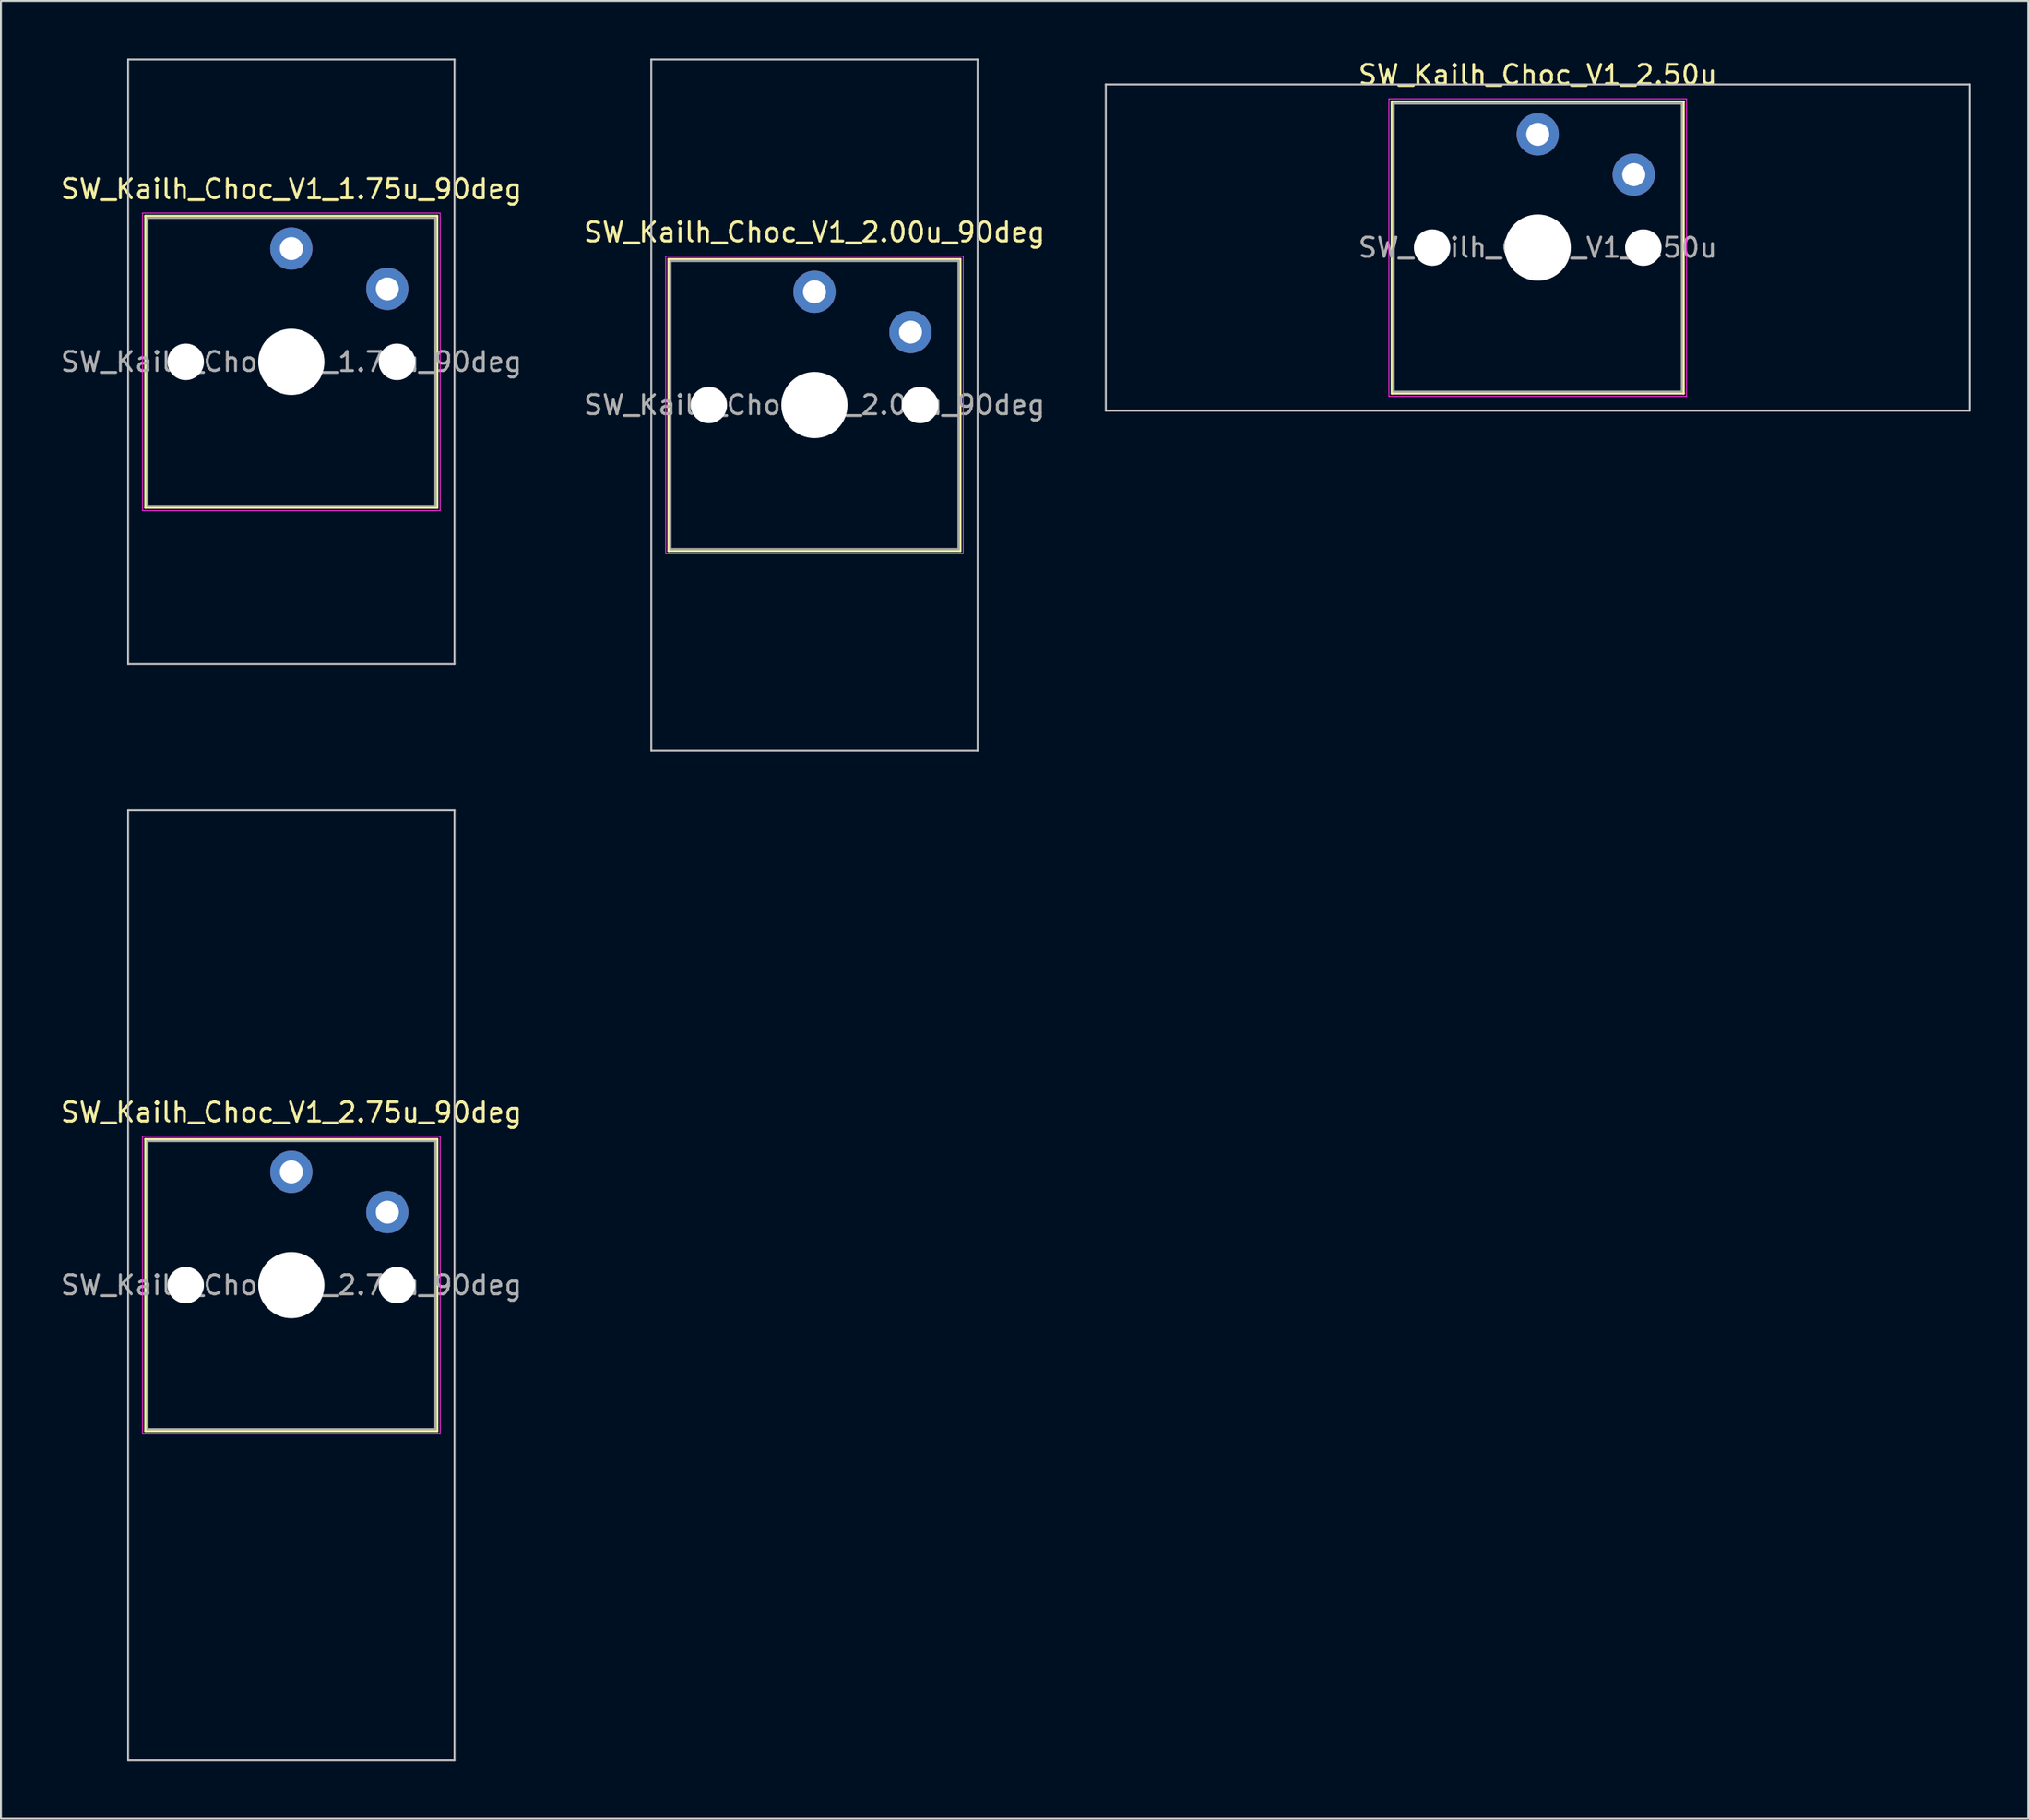
<source format=kicad_pcb>
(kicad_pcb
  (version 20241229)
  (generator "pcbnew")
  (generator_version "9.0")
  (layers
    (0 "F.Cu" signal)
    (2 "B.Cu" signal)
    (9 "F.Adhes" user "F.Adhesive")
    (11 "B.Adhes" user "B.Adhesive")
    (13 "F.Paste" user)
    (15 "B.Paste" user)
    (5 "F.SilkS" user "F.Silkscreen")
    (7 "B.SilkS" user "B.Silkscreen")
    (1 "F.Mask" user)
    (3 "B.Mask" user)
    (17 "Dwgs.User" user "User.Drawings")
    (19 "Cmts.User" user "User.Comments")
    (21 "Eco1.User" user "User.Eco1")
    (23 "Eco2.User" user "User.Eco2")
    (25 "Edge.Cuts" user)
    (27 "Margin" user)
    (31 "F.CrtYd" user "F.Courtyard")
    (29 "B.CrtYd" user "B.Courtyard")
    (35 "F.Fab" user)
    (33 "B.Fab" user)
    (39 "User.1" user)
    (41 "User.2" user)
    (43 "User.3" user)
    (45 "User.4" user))
  (footprint "SW_Kailh_Choc_V1_1.75u_90deg"
    (layer "F.Cu")
    (at 12.125 15.8)
    (property "Reference" "SW_Kailh_Choc_V1_1.75u_90deg" (at 0 -9 0) (layer "F.SilkS") (effects (font (size 1 1) (thickness 0.15))))
    (attr through_hole)
    (fp_line (start -7.6 -7.6) (end -7.6 7.6) (stroke (width 0.12) (type solid)) (layer "F.SilkS"))
    (fp_line (start -7.6 7.6) (end 7.6 7.6) (stroke (width 0.12) (type solid)) (layer "F.SilkS"))
    (fp_line (start 7.6 -7.6) (end -7.6 -7.6) (stroke (width 0.12) (type solid)) (layer "F.SilkS"))
    (fp_line (start 7.6 7.6) (end 7.6 -7.6) (stroke (width 0.12) (type solid)) (layer "F.SilkS"))
    (fp_line (start -8.5 -15.75) (end 8.5 -15.75) (stroke (width 0.1) (type solid)) (layer "Dwgs.User"))
    (fp_line (start -8.5 15.75) (end -8.5 -15.75) (stroke (width 0.1) (type solid)) (layer "Dwgs.User"))
    (fp_line (start 8.5 -15.75) (end 8.5 15.75) (stroke (width 0.1) (type solid)) (layer "Dwgs.User"))
    (fp_line (start 8.5 15.75) (end -8.5 15.75) (stroke (width 0.1) (type solid)) (layer "Dwgs.User"))
    (fp_line (start -7.25 -7.25) (end -7.25 7.25) (stroke (width 0.1) (type solid)) (layer "Eco1.User"))
    (fp_line (start -7.25 7.25) (end 7.25 7.25) (stroke (width 0.1) (type solid)) (layer "Eco1.User"))
    (fp_line (start 7.25 -7.25) (end -7.25 -7.25) (stroke (width 0.1) (type solid)) (layer "Eco1.User"))
    (fp_line (start 7.25 7.25) (end 7.25 -7.25) (stroke (width 0.1) (type solid)) (layer "Eco1.User"))
    (fp_line (start -7.75 -7.75) (end -7.75 7.75) (stroke (width 0.05) (type solid)) (layer "F.CrtYd"))
    (fp_line (start -7.75 7.75) (end 7.75 7.75) (stroke (width 0.05) (type solid)) (layer "F.CrtYd"))
    (fp_line (start 7.75 -7.75) (end -7.75 -7.75) (stroke (width 0.05) (type solid)) (layer "F.CrtYd"))
    (fp_line (start 7.75 7.75) (end 7.75 -7.75) (stroke (width 0.05) (type solid)) (layer "F.CrtYd"))
    (fp_line (start -7.5 -7.5) (end -7.5 7.5) (stroke (width 0.1) (type solid)) (layer "F.Fab"))
    (fp_line (start -7.5 7.5) (end 7.5 7.5) (stroke (width 0.1) (type solid)) (layer "F.Fab"))
    (fp_line (start 7.5 -7.5) (end -7.5 -7.5) (stroke (width 0.1) (type solid)) (layer "F.Fab"))
    (fp_line (start 7.5 7.5) (end 7.5 -7.5) (stroke (width 0.1) (type solid)) (layer "F.Fab"))
    (fp_text user "${REFERENCE}" (at 0 0 0) (layer "F.Fab") (effects (font (size 1 1) (thickness 0.15))))
    (pad "" np_thru_hole circle (at -5.5 0) (size 1.9 1.9) (drill 1.9) (layers "*.Cu" "*.Mask"))
    (pad "" smd circle (at 0 -5.9) (size 1.25 1.25) (layers "F.Mask"))
    (pad "" np_thru_hole circle (at 0 0) (size 3.45 3.45) (drill 3.45) (layers "*.Cu" "*.Mask"))
    (pad "" smd circle (at 5 -3.8) (size 1.25 1.25) (layers "F.Mask"))
    (pad "" np_thru_hole circle (at 5.5 0) (size 1.9 1.9) (drill 1.9) (layers "*.Cu" "*.Mask"))
    (pad "1" thru_hole circle (at 0 -5.9) (size 2.2 2.2) (drill 1.2) (layers "*.Cu" "B.Mask"))
    (pad "2" thru_hole circle (at 5 -3.8) (size 2.2 2.2) (drill 1.2) (layers "*.Cu" "B.Mask")))
  (footprint "SW_Kailh_Choc_V1_2.75u_90deg"
    (layer "F.Cu")
    (at 12.125 63.9)
    (property "Reference" "SW_Kailh_Choc_V1_2.75u_90deg" (at 0 -9 0) (layer "F.SilkS") (effects (font (size 1 1) (thickness 0.15))))
    (attr through_hole)
    (fp_line (start -7.6 -7.6) (end -7.6 7.6) (stroke (width 0.12) (type solid)) (layer "F.SilkS"))
    (fp_line (start -7.6 7.6) (end 7.6 7.6) (stroke (width 0.12) (type solid)) (layer "F.SilkS"))
    (fp_line (start 7.6 -7.6) (end -7.6 -7.6) (stroke (width 0.12) (type solid)) (layer "F.SilkS"))
    (fp_line (start 7.6 7.6) (end 7.6 -7.6) (stroke (width 0.12) (type solid)) (layer "F.SilkS"))
    (fp_line (start -8.5 -24.75) (end 8.5 -24.75) (stroke (width 0.1) (type solid)) (layer "Dwgs.User"))
    (fp_line (start -8.5 24.75) (end -8.5 -24.75) (stroke (width 0.1) (type solid)) (layer "Dwgs.User"))
    (fp_line (start 8.5 -24.75) (end 8.5 24.75) (stroke (width 0.1) (type solid)) (layer "Dwgs.User"))
    (fp_line (start 8.5 24.75) (end -8.5 24.75) (stroke (width 0.1) (type solid)) (layer "Dwgs.User"))
    (fp_line (start -7.25 -7.25) (end -7.25 7.25) (stroke (width 0.1) (type solid)) (layer "Eco1.User"))
    (fp_line (start -7.25 7.25) (end 7.25 7.25) (stroke (width 0.1) (type solid)) (layer "Eco1.User"))
    (fp_line (start 7.25 -7.25) (end -7.25 -7.25) (stroke (width 0.1) (type solid)) (layer "Eco1.User"))
    (fp_line (start 7.25 7.25) (end 7.25 -7.25) (stroke (width 0.1) (type solid)) (layer "Eco1.User"))
    (fp_line (start -7.75 -7.75) (end -7.75 7.75) (stroke (width 0.05) (type solid)) (layer "F.CrtYd"))
    (fp_line (start -7.75 7.75) (end 7.75 7.75) (stroke (width 0.05) (type solid)) (layer "F.CrtYd"))
    (fp_line (start 7.75 -7.75) (end -7.75 -7.75) (stroke (width 0.05) (type solid)) (layer "F.CrtYd"))
    (fp_line (start 7.75 7.75) (end 7.75 -7.75) (stroke (width 0.05) (type solid)) (layer "F.CrtYd"))
    (fp_line (start -7.5 -7.5) (end -7.5 7.5) (stroke (width 0.1) (type solid)) (layer "F.Fab"))
    (fp_line (start -7.5 7.5) (end 7.5 7.5) (stroke (width 0.1) (type solid)) (layer "F.Fab"))
    (fp_line (start 7.5 -7.5) (end -7.5 -7.5) (stroke (width 0.1) (type solid)) (layer "F.Fab"))
    (fp_line (start 7.5 7.5) (end 7.5 -7.5) (stroke (width 0.1) (type solid)) (layer "F.Fab"))
    (fp_text user "${REFERENCE}" (at 0 0 0) (layer "F.Fab") (effects (font (size 1 1) (thickness 0.15))))
    (pad "" np_thru_hole circle (at -5.5 0) (size 1.9 1.9) (drill 1.9) (layers "*.Cu" "*.Mask"))
    (pad "" smd circle (at 0 -5.9) (size 1.25 1.25) (layers "F.Mask"))
    (pad "" np_thru_hole circle (at 0 0) (size 3.45 3.45) (drill 3.45) (layers "*.Cu" "*.Mask"))
    (pad "" smd circle (at 5 -3.8) (size 1.25 1.25) (layers "F.Mask"))
    (pad "" np_thru_hole circle (at 5.5 0) (size 1.9 1.9) (drill 1.9) (layers "*.Cu" "*.Mask"))
    (pad "1" thru_hole circle (at 0 -5.9) (size 2.2 2.2) (drill 1.2) (layers "*.Cu" "B.Mask"))
    (pad "2" thru_hole circle (at 5 -3.8) (size 2.2 2.2) (drill 1.2) (layers "*.Cu" "B.Mask")))
  (footprint "SW_Kailh_Choc_V1_2.50u"
    (layer "F.Cu")
    (at 77.05 9.848)
    (property "Reference" "SW_Kailh_Choc_V1_2.50u" (at 0 -9 0) (layer "F.SilkS") (effects (font (size 1 1) (thickness 0.15))))
    (attr through_hole)
    (fp_line (start -7.6 -7.6) (end -7.6 7.6) (stroke (width 0.12) (type solid)) (layer "F.SilkS"))
    (fp_line (start -7.6 7.6) (end 7.6 7.6) (stroke (width 0.12) (type solid)) (layer "F.SilkS"))
    (fp_line (start 7.6 -7.6) (end -7.6 -7.6) (stroke (width 0.12) (type solid)) (layer "F.SilkS"))
    (fp_line (start 7.6 7.6) (end 7.6 -7.6) (stroke (width 0.12) (type solid)) (layer "F.SilkS"))
    (fp_line (start -22.5 -8.5) (end -22.5 8.5) (stroke (width 0.1) (type solid)) (layer "Dwgs.User"))
    (fp_line (start -22.5 8.5) (end 22.5 8.5) (stroke (width 0.1) (type solid)) (layer "Dwgs.User"))
    (fp_line (start 22.5 -8.5) (end -22.5 -8.5) (stroke (width 0.1) (type solid)) (layer "Dwgs.User"))
    (fp_line (start 22.5 8.5) (end 22.5 -8.5) (stroke (width 0.1) (type solid)) (layer "Dwgs.User"))
    (fp_line (start -7.25 -7.25) (end -7.25 7.25) (stroke (width 0.1) (type solid)) (layer "Eco1.User"))
    (fp_line (start -7.25 7.25) (end 7.25 7.25) (stroke (width 0.1) (type solid)) (layer "Eco1.User"))
    (fp_line (start 7.25 -7.25) (end -7.25 -7.25) (stroke (width 0.1) (type solid)) (layer "Eco1.User"))
    (fp_line (start 7.25 7.25) (end 7.25 -7.25) (stroke (width 0.1) (type solid)) (layer "Eco1.User"))
    (fp_line (start -7.75 -7.75) (end -7.75 7.75) (stroke (width 0.05) (type solid)) (layer "F.CrtYd"))
    (fp_line (start -7.75 7.75) (end 7.75 7.75) (stroke (width 0.05) (type solid)) (layer "F.CrtYd"))
    (fp_line (start 7.75 -7.75) (end -7.75 -7.75) (stroke (width 0.05) (type solid)) (layer "F.CrtYd"))
    (fp_line (start 7.75 7.75) (end 7.75 -7.75) (stroke (width 0.05) (type solid)) (layer "F.CrtYd"))
    (fp_line (start -7.5 -7.5) (end -7.5 7.5) (stroke (width 0.1) (type solid)) (layer "F.Fab"))
    (fp_line (start -7.5 7.5) (end 7.5 7.5) (stroke (width 0.1) (type solid)) (layer "F.Fab"))
    (fp_line (start 7.5 -7.5) (end -7.5 -7.5) (stroke (width 0.1) (type solid)) (layer "F.Fab"))
    (fp_line (start 7.5 7.5) (end 7.5 -7.5) (stroke (width 0.1) (type solid)) (layer "F.Fab"))
    (fp_text user "${REFERENCE}" (at 0 0 0) (layer "F.Fab") (effects (font (size 1 1) (thickness 0.15))))
    (pad "" np_thru_hole circle (at -5.5 0) (size 1.9 1.9) (drill 1.9) (layers "*.Cu" "*.Mask"))
    (pad "" smd circle (at 0 -5.9) (size 1.25 1.25) (layers "F.Mask"))
    (pad "" np_thru_hole circle (at 0 0) (size 3.45 3.45) (drill 3.45) (layers "*.Cu" "*.Mask"))
    (pad "" smd circle (at 5 -3.8) (size 1.25 1.25) (layers "F.Mask"))
    (pad "" np_thru_hole circle (at 5.5 0) (size 1.9 1.9) (drill 1.9) (layers "*.Cu" "*.Mask"))
    (pad "1" thru_hole circle (at 0 -5.9) (size 2.2 2.2) (drill 1.2) (layers "*.Cu" "B.Mask"))
    (pad "2" thru_hole circle (at 5 -3.8) (size 2.2 2.2) (drill 1.2) (layers "*.Cu" "B.Mask")))
  (footprint "SW_Kailh_Choc_V1_2.00u_90deg"
    (layer "F.Cu")
    (at 39.375 18.05)
    (property "Reference" "SW_Kailh_Choc_V1_2.00u_90deg" (at 0 -9 0) (layer "F.SilkS") (effects (font (size 1 1) (thickness 0.15))))
    (attr through_hole)
    (fp_line (start -7.6 -7.6) (end -7.6 7.6) (stroke (width 0.12) (type solid)) (layer "F.SilkS"))
    (fp_line (start -7.6 7.6) (end 7.6 7.6) (stroke (width 0.12) (type solid)) (layer "F.SilkS"))
    (fp_line (start 7.6 -7.6) (end -7.6 -7.6) (stroke (width 0.12) (type solid)) (layer "F.SilkS"))
    (fp_line (start 7.6 7.6) (end 7.6 -7.6) (stroke (width 0.12) (type solid)) (layer "F.SilkS"))
    (fp_line (start -8.5 -18) (end 8.5 -18) (stroke (width 0.1) (type solid)) (layer "Dwgs.User"))
    (fp_line (start -8.5 18) (end -8.5 -18) (stroke (width 0.1) (type solid)) (layer "Dwgs.User"))
    (fp_line (start 8.5 -18) (end 8.5 18) (stroke (width 0.1) (type solid)) (layer "Dwgs.User"))
    (fp_line (start 8.5 18) (end -8.5 18) (stroke (width 0.1) (type solid)) (layer "Dwgs.User"))
    (fp_line (start -7.25 -7.25) (end -7.25 7.25) (stroke (width 0.1) (type solid)) (layer "Eco1.User"))
    (fp_line (start -7.25 7.25) (end 7.25 7.25) (stroke (width 0.1) (type solid)) (layer "Eco1.User"))
    (fp_line (start 7.25 -7.25) (end -7.25 -7.25) (stroke (width 0.1) (type solid)) (layer "Eco1.User"))
    (fp_line (start 7.25 7.25) (end 7.25 -7.25) (stroke (width 0.1) (type solid)) (layer "Eco1.User"))
    (fp_line (start -7.75 -7.75) (end -7.75 7.75) (stroke (width 0.05) (type solid)) (layer "F.CrtYd"))
    (fp_line (start -7.75 7.75) (end 7.75 7.75) (stroke (width 0.05) (type solid)) (layer "F.CrtYd"))
    (fp_line (start 7.75 -7.75) (end -7.75 -7.75) (stroke (width 0.05) (type solid)) (layer "F.CrtYd"))
    (fp_line (start 7.75 7.75) (end 7.75 -7.75) (stroke (width 0.05) (type solid)) (layer "F.CrtYd"))
    (fp_line (start -7.5 -7.5) (end -7.5 7.5) (stroke (width 0.1) (type solid)) (layer "F.Fab"))
    (fp_line (start -7.5 7.5) (end 7.5 7.5) (stroke (width 0.1) (type solid)) (layer "F.Fab"))
    (fp_line (start 7.5 -7.5) (end -7.5 -7.5) (stroke (width 0.1) (type solid)) (layer "F.Fab"))
    (fp_line (start 7.5 7.5) (end 7.5 -7.5) (stroke (width 0.1) (type solid)) (layer "F.Fab"))
    (fp_text user "${REFERENCE}" (at 0 0 0) (layer "F.Fab") (effects (font (size 1 1) (thickness 0.15))))
    (pad "" np_thru_hole circle (at -5.5 0) (size 1.9 1.9) (drill 1.9) (layers "*.Cu" "*.Mask"))
    (pad "" smd circle (at 0 -5.9) (size 1.25 1.25) (layers "F.Mask"))
    (pad "" np_thru_hole circle (at 0 0) (size 3.45 3.45) (drill 3.45) (layers "*.Cu" "*.Mask"))
    (pad "" smd circle (at 5 -3.8) (size 1.25 1.25) (layers "F.Mask"))
    (pad "" np_thru_hole circle (at 5.5 0) (size 1.9 1.9) (drill 1.9) (layers "*.Cu" "*.Mask"))
    (pad "1" thru_hole circle (at 0 -5.9) (size 2.2 2.2) (drill 1.2) (layers "*.Cu" "B.Mask"))
    (pad "2" thru_hole circle (at 5 -3.8) (size 2.2 2.2) (drill 1.2) (layers "*.Cu" "B.Mask")))
  (gr_rect
    (start -3 -3)
    (end 102.6 91.7)
    (stroke (width 0.1) (type default))
    (fill no)
    (layer "Edge.Cuts")))
</source>
